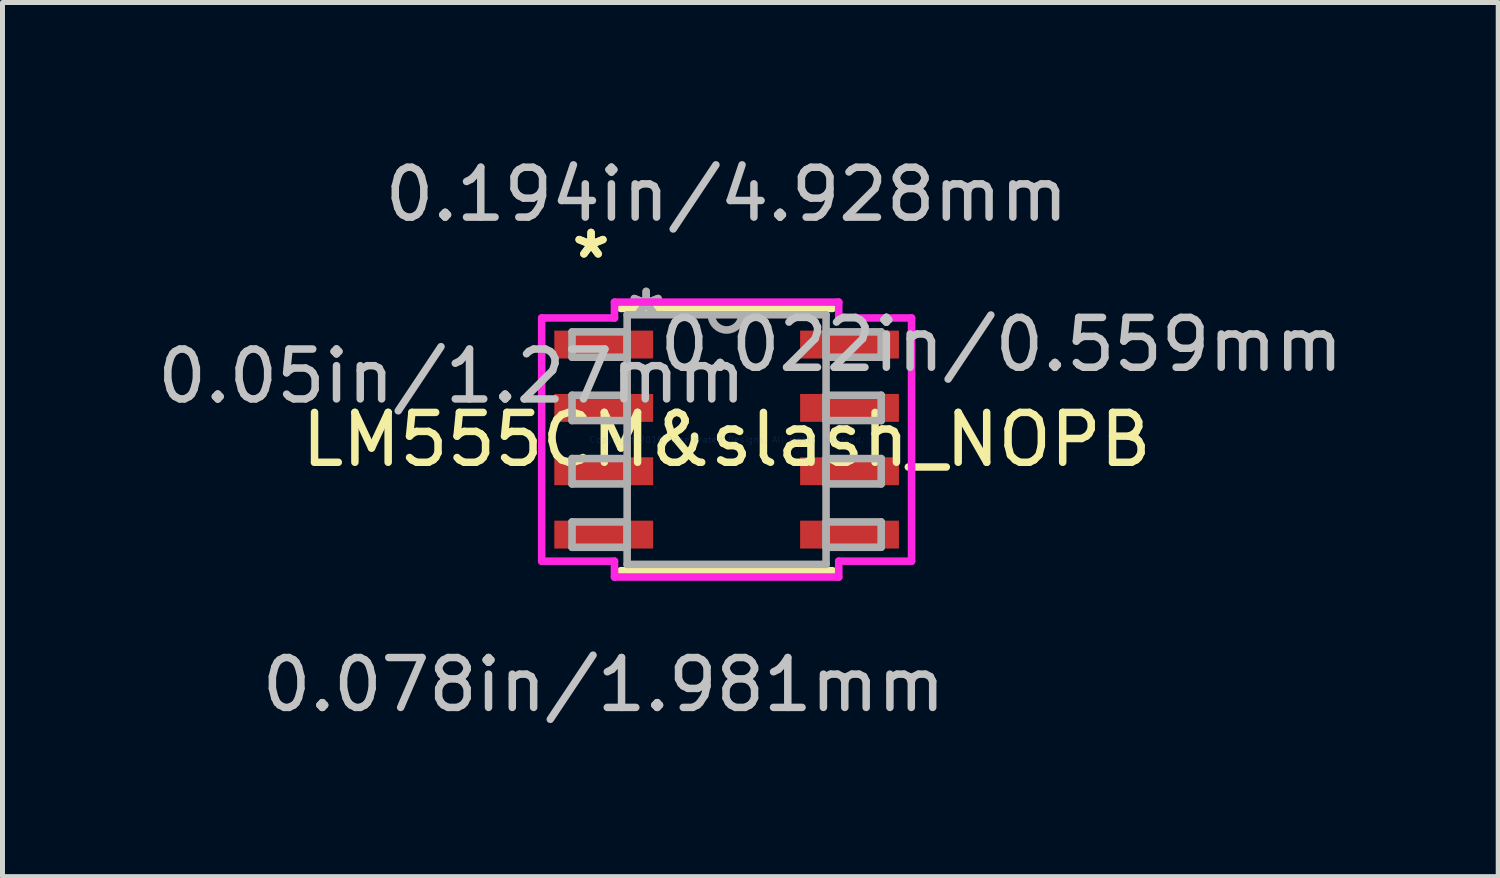
<source format=kicad_pcb>
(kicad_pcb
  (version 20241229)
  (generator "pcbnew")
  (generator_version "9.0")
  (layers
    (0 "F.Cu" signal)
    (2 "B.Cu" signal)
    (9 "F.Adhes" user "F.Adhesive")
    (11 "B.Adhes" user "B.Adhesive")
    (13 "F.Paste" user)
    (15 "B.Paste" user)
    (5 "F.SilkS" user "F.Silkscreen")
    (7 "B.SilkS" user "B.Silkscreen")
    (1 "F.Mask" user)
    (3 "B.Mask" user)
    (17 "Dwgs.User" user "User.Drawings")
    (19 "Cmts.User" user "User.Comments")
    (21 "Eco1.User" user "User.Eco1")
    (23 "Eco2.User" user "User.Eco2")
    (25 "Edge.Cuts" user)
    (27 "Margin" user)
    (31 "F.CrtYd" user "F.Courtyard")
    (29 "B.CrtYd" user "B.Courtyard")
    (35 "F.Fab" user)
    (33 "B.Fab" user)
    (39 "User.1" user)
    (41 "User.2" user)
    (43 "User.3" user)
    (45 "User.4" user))
  (footprint "LM555CM&slash_NOPB"
    (layer "F.Cu")
    (at 11.518 5.763)
    (property "Reference" "LM555CM&slash_NOPB" (at 0 0 0) (layer "F.SilkS") (effects (font (size 1 1) (thickness 0.15))))
    (attr through_hole)
    (fp_line (start -2.121 2.629) (end 2.121 2.629) (stroke (width 0.152) (type solid)) (layer "F.SilkS"))
    (fp_line (start 2.121 -2.629) (end -2.121 -2.629) (stroke (width 0.152) (type solid)) (layer "F.SilkS"))
    (fp_line (start -3.708 -2.438) (end -2.248 -2.438) (stroke (width 0.152) (type solid)) (layer "F.CrtYd"))
    (fp_line (start -3.708 2.438) (end -3.708 -2.438) (stroke (width 0.152) (type solid)) (layer "F.CrtYd"))
    (fp_line (start -2.248 -2.756) (end 2.248 -2.756) (stroke (width 0.152) (type solid)) (layer "F.CrtYd"))
    (fp_line (start -2.248 -2.438) (end -2.248 -2.756) (stroke (width 0.152) (type solid)) (layer "F.CrtYd"))
    (fp_line (start -2.248 2.438) (end -3.708 2.438) (stroke (width 0.152) (type solid)) (layer "F.CrtYd"))
    (fp_line (start -2.248 2.756) (end -2.248 2.438) (stroke (width 0.152) (type solid)) (layer "F.CrtYd"))
    (fp_line (start 2.248 -2.756) (end 2.248 -2.438) (stroke (width 0.152) (type solid)) (layer "F.CrtYd"))
    (fp_line (start 2.248 -2.438) (end 3.708 -2.438) (stroke (width 0.152) (type solid)) (layer "F.CrtYd"))
    (fp_line (start 2.248 2.438) (end 2.248 2.756) (stroke (width 0.152) (type solid)) (layer "F.CrtYd"))
    (fp_line (start 2.248 2.756) (end -2.248 2.756) (stroke (width 0.152) (type solid)) (layer "F.CrtYd"))
    (fp_line (start 3.708 -2.438) (end 3.708 2.438) (stroke (width 0.152) (type solid)) (layer "F.CrtYd"))
    (fp_line (start 3.708 2.438) (end 2.248 2.438) (stroke (width 0.152) (type solid)) (layer "F.CrtYd"))
    (fp_line (start -3.099 -2.159) (end -3.099 -1.651) (stroke (width 0.152) (type solid)) (layer "F.Fab"))
    (fp_line (start -3.099 -1.651) (end -1.994 -1.651) (stroke (width 0.152) (type solid)) (layer "F.Fab"))
    (fp_line (start -3.099 -0.889) (end -3.099 -0.381) (stroke (width 0.152) (type solid)) (layer "F.Fab"))
    (fp_line (start -3.099 -0.381) (end -1.994 -0.381) (stroke (width 0.152) (type solid)) (layer "F.Fab"))
    (fp_line (start -3.099 0.381) (end -3.099 0.889) (stroke (width 0.152) (type solid)) (layer "F.Fab"))
    (fp_line (start -3.099 0.889) (end -1.994 0.889) (stroke (width 0.152) (type solid)) (layer "F.Fab"))
    (fp_line (start -3.099 1.651) (end -3.099 2.159) (stroke (width 0.152) (type solid)) (layer "F.Fab"))
    (fp_line (start -3.099 2.159) (end -1.994 2.159) (stroke (width 0.152) (type solid)) (layer "F.Fab"))
    (fp_line (start -1.994 -2.502) (end -1.994 2.502) (stroke (width 0.152) (type solid)) (layer "F.Fab"))
    (fp_line (start -1.994 -2.159) (end -3.099 -2.159) (stroke (width 0.152) (type solid)) (layer "F.Fab"))
    (fp_line (start -1.994 -1.651) (end -1.994 -2.159) (stroke (width 0.152) (type solid)) (layer "F.Fab"))
    (fp_line (start -1.994 -0.889) (end -3.099 -0.889) (stroke (width 0.152) (type solid)) (layer "F.Fab"))
    (fp_line (start -1.994 -0.381) (end -1.994 -0.889) (stroke (width 0.152) (type solid)) (layer "F.Fab"))
    (fp_line (start -1.994 0.381) (end -3.099 0.381) (stroke (width 0.152) (type solid)) (layer "F.Fab"))
    (fp_line (start -1.994 0.889) (end -1.994 0.381) (stroke (width 0.152) (type solid)) (layer "F.Fab"))
    (fp_line (start -1.994 1.651) (end -3.099 1.651) (stroke (width 0.152) (type solid)) (layer "F.Fab"))
    (fp_line (start -1.994 2.159) (end -1.994 1.651) (stroke (width 0.152) (type solid)) (layer "F.Fab"))
    (fp_line (start -1.994 2.502) (end 1.994 2.502) (stroke (width 0.152) (type solid)) (layer "F.Fab"))
    (fp_line (start 1.994 -2.502) (end -1.994 -2.502) (stroke (width 0.152) (type solid)) (layer "F.Fab"))
    (fp_line (start 1.994 -2.159) (end 1.994 -1.651) (stroke (width 0.152) (type solid)) (layer "F.Fab"))
    (fp_line (start 1.994 -1.651) (end 3.099 -1.651) (stroke (width 0.152) (type solid)) (layer "F.Fab"))
    (fp_line (start 1.994 -0.889) (end 1.994 -0.381) (stroke (width 0.152) (type solid)) (layer "F.Fab"))
    (fp_line (start 1.994 -0.381) (end 3.099 -0.381) (stroke (width 0.152) (type solid)) (layer "F.Fab"))
    (fp_line (start 1.994 0.381) (end 1.994 0.889) (stroke (width 0.152) (type solid)) (layer "F.Fab"))
    (fp_line (start 1.994 0.889) (end 3.099 0.889) (stroke (width 0.152) (type solid)) (layer "F.Fab"))
    (fp_line (start 1.994 1.651) (end 1.994 2.159) (stroke (width 0.152) (type solid)) (layer "F.Fab"))
    (fp_line (start 1.994 2.159) (end 3.099 2.159) (stroke (width 0.152) (type solid)) (layer "F.Fab"))
    (fp_line (start 1.994 2.502) (end 1.994 -2.502) (stroke (width 0.152) (type solid)) (layer "F.Fab"))
    (fp_line (start 3.099 -2.159) (end 1.994 -2.159) (stroke (width 0.152) (type solid)) (layer "F.Fab"))
    (fp_line (start 3.099 -1.651) (end 3.099 -2.159) (stroke (width 0.152) (type solid)) (layer "F.Fab"))
    (fp_line (start 3.099 -0.889) (end 1.994 -0.889) (stroke (width 0.152) (type solid)) (layer "F.Fab"))
    (fp_line (start 3.099 -0.381) (end 3.099 -0.889) (stroke (width 0.152) (type solid)) (layer "F.Fab"))
    (fp_line (start 3.099 0.381) (end 1.994 0.381) (stroke (width 0.152) (type solid)) (layer "F.Fab"))
    (fp_line (start 3.099 0.889) (end 3.099 0.381) (stroke (width 0.152) (type solid)) (layer "F.Fab"))
    (fp_line (start 3.099 1.651) (end 1.994 1.651) (stroke (width 0.152) (type solid)) (layer "F.Fab"))
    (fp_line (start 3.099 2.159) (end 3.099 1.651) (stroke (width 0.152) (type solid)) (layer "F.Fab"))
    (fp_arc (start 0.3048 -2.5019) (mid 0 -2.1971) (end -0.3048 -2.5019) (stroke (width 0.1524) (type solid)) (layer "F.Fab"))
    (fp_text user "*" (at -2.718 -3.607 0) (layer "F.SilkS") (effects (font (size 1 1) (thickness 0.15))))
    (fp_text user "*" (at -2.718 -3.607 0) (layer "F.SilkS") (effects (font (size 1 1) (thickness 0.15))))
    (fp_text user "0.022in/0.559mm" (at 5.512 -1.905 0) (layer "Dwgs.User") (effects (font (size 1 1) (thickness 0.15))))
    (fp_text user "0.194in/4.928mm" (at 0 -4.915 0) (layer "Dwgs.User") (effects (font (size 1 1) (thickness 0.15))))
    (fp_text user "0.05in/1.27mm" (at -5.512 -1.27 0) (layer "Dwgs.User") (effects (font (size 1 1) (thickness 0.15))))
    (fp_text user "0.078in/1.981mm" (at -2.464 4.915 0) (layer "Dwgs.User") (effects (font (size 1 1) (thickness 0.15))))
    (fp_text user "Copyright 2016 Accelerated Designs. All rights reserved." (at 0 0 0) (layer "Cmts.User") (effects (font (size 0.127 0.127) (thickness 0.002))))
    (fp_text user "*" (at -1.613 -2.426 0) (layer "F.Fab") (effects (font (size 1 1) (thickness 0.15))))
    (fp_text user "*" (at -1.613 -2.426 0) (layer "F.Fab") (effects (font (size 1 1) (thickness 0.15))))
    (pad "1" smd rect (at -2.464 -1.905) (size 1.981 0.559) (layers "F.Cu" "F.Mask" "F.Paste"))
    (pad "2" smd rect (at -2.464 -0.635) (size 1.981 0.559) (layers "F.Cu" "F.Mask" "F.Paste"))
    (pad "3" smd rect (at -2.464 0.635) (size 1.981 0.559) (layers "F.Cu" "F.Mask" "F.Paste"))
    (pad "4" smd rect (at -2.464 1.905) (size 1.981 0.559) (layers "F.Cu" "F.Mask" "F.Paste"))
    (pad "5" smd rect (at 2.464 1.905) (size 1.981 0.559) (layers "F.Cu" "F.Mask" "F.Paste"))
    (pad "6" smd rect (at 2.464 0.635) (size 1.981 0.559) (layers "F.Cu" "F.Mask" "F.Paste"))
    (pad "7" smd rect (at 2.464 -0.635) (size 1.981 0.559) (layers "F.Cu" "F.Mask" "F.Paste"))
    (pad "8" smd rect (at 2.464 -1.905) (size 1.981 0.559) (layers "F.Cu" "F.Mask" "F.Paste")))
  (gr_rect
    (start -3 -3)
    (end 26.988 14.526)
    (stroke (width 0.1) (type default))
    (fill no)
    (layer "Edge.Cuts")))
</source>
